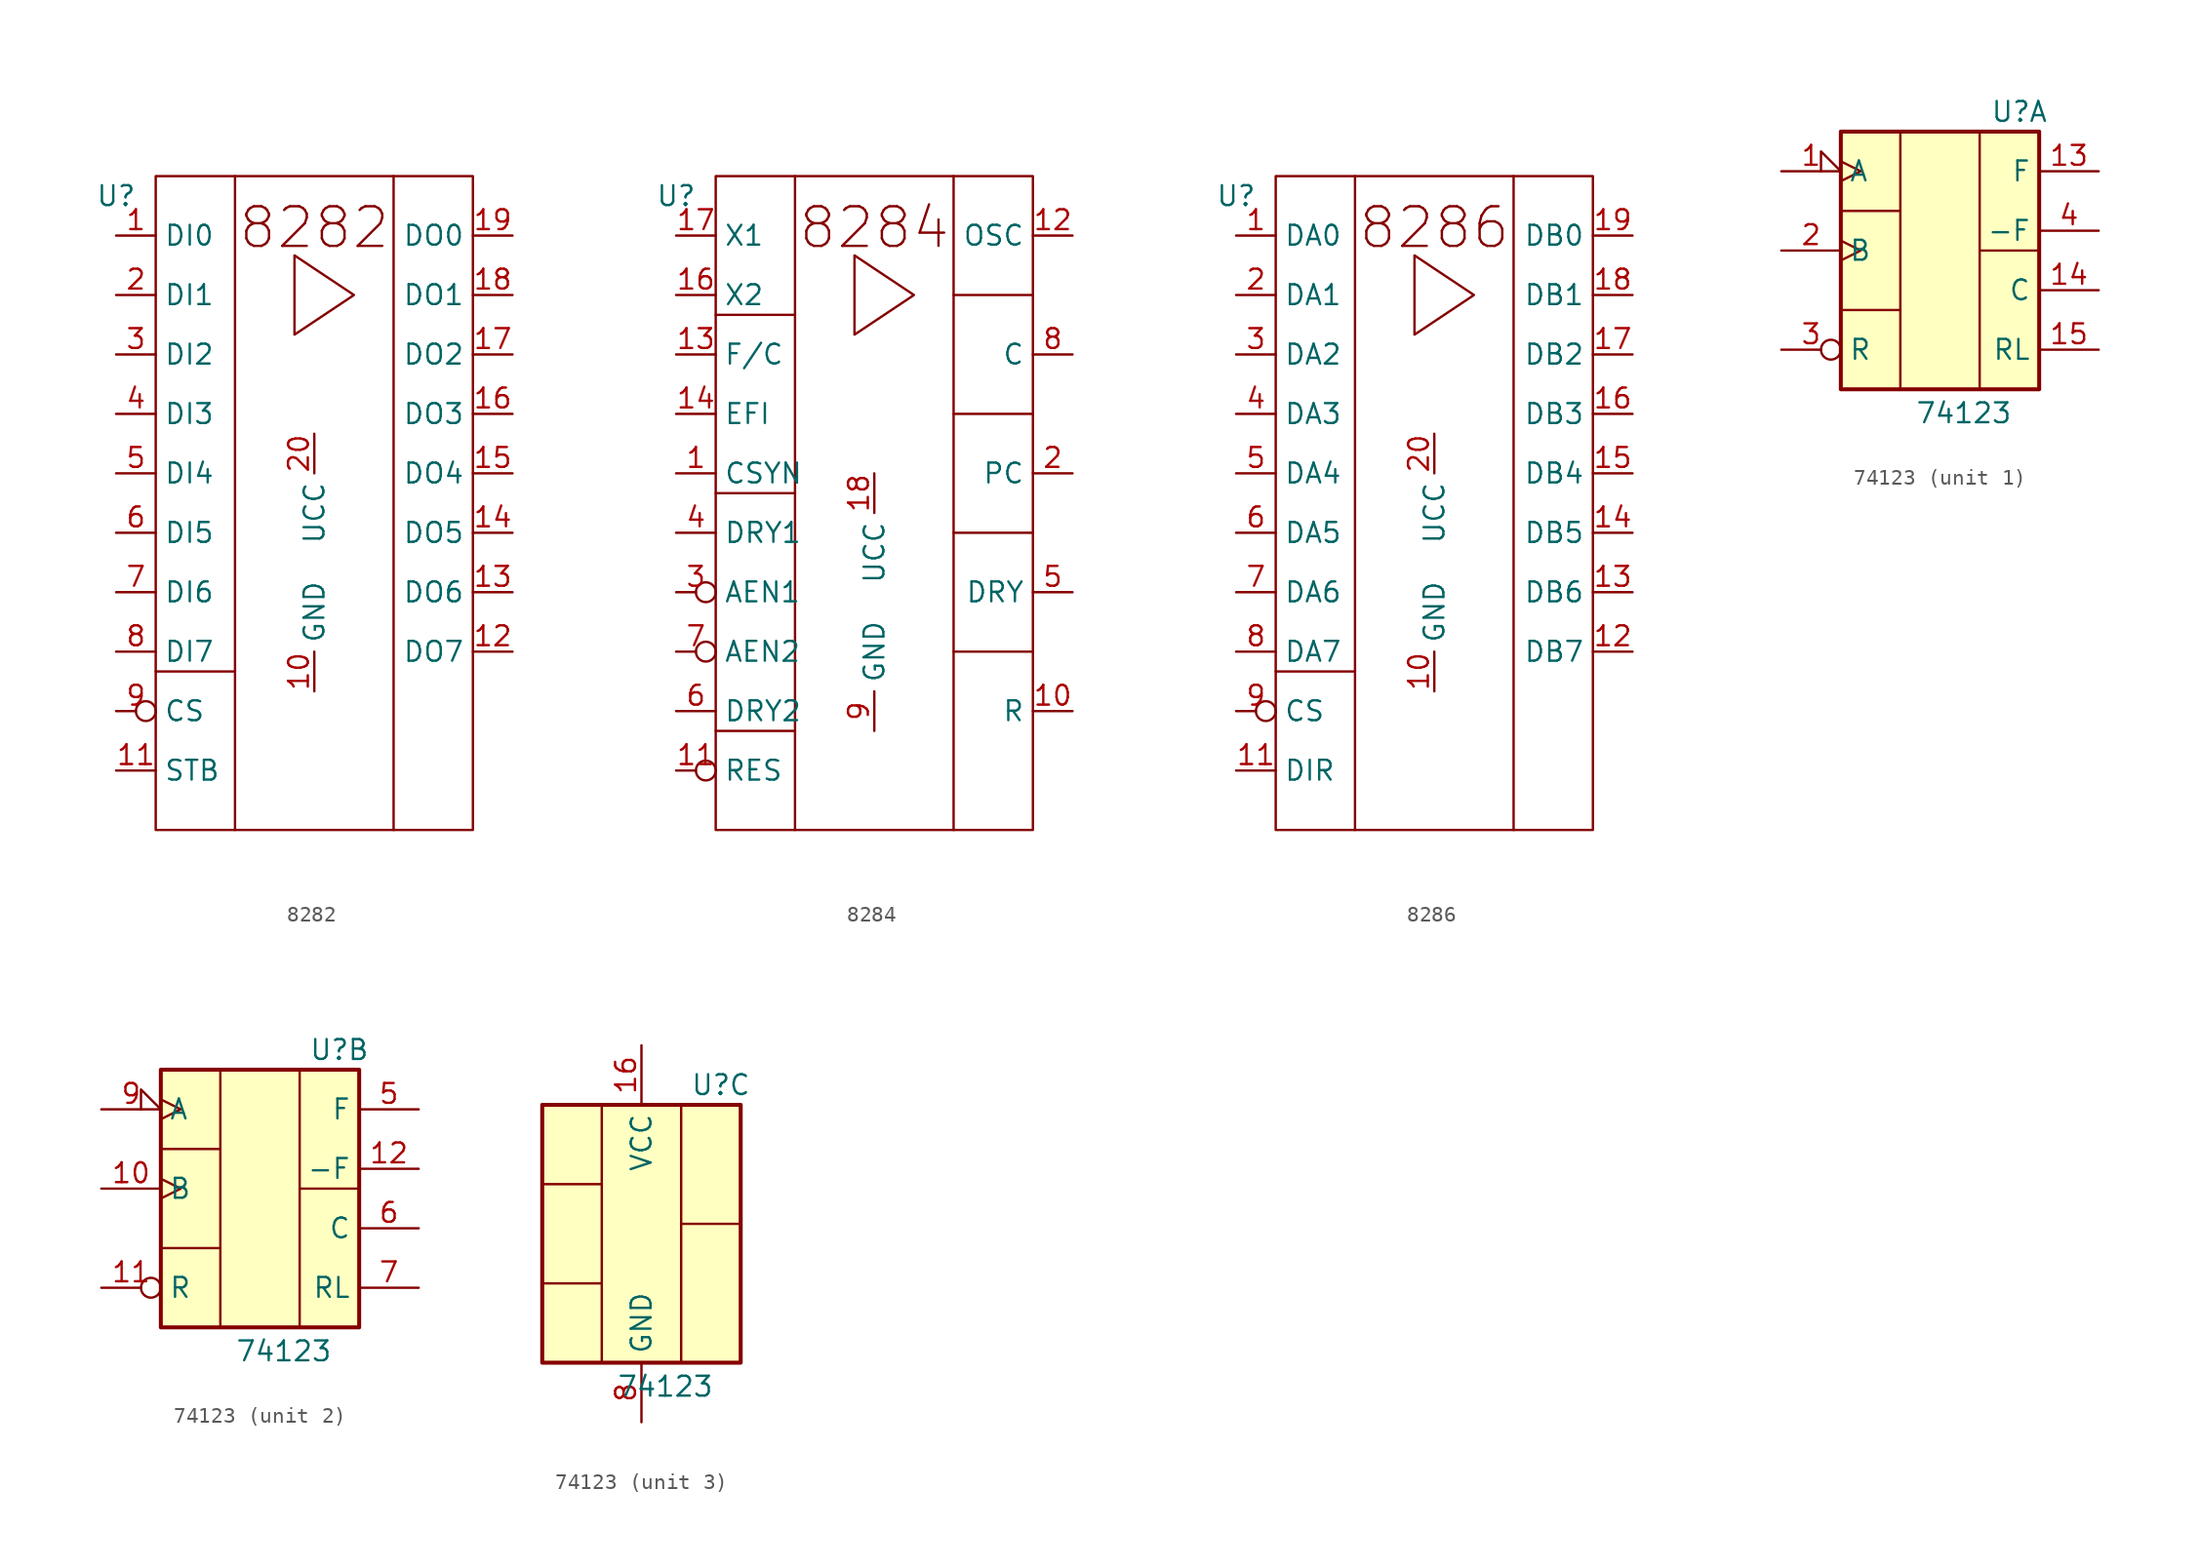
<source format=kicad_sym>
(kicad_symbol_lib
  (version 20231120)
  (generator "kicad_symbol_editor")
  (generator_version "8.0")
  (symbol "8282"
    (property "Reference" "U"
      (at 0 2.54 0)
      (effects (font (size 1.27 1.27))))
    (property "Value" ""
      (at 2.54 6.35 0)
      (effects (font (size 1.27 1.27))))
    (symbol "8282_0_1"
      (polyline (pts (xy 2.54 -27.94) (xy 7.62 -27.94)) (stroke (width 0) (type default)) (fill (type none)))
      (polyline (pts (xy 7.62 3.81) (xy 7.62 -38.1)) (stroke (width 0) (type default)) (fill (type none)))
      (polyline (pts (xy 17.78 3.81) (xy 17.78 -38.1)) (stroke (width 0) (type default)) (fill (type none)))
      (polyline (pts (xy 11.43 -1.27) (xy 15.24 -3.81) (xy 11.43 -6.35) (xy 11.43 -1.27)) (stroke (width 0) (type default)) (fill (type none)))
      (rectangle (start 2.54 3.81) (end 22.86 -38.1) (stroke (width 0) (type default)) (fill (type none))))
    (symbol "8282_1_1"
      (text "8282" (at 12.7 0.508 0) (effects (font (size 2.54 2.54))))
      (pin input line (at 0 0 0) (length 2.54) (name "DI0" (effects (font (size 1.27 1.27)))) (number "1" (effects (font (size 1.27 1.27)))))
      (pin power_in line (at 12.7 -29.21 90) (length 2.54) (name "GND" (effects (font (size 1.27 1.27)))) (number "10" (effects (font (size 1.27 1.27)))))
      (pin input line (at 0 -34.29 0) (length 2.54) (name "STB" (effects (font (size 1.27 1.27)))) (number "11" (effects (font (size 1.27 1.27)))))
      (pin tri_state line (at 25.4 -26.67 180) (length 2.54) (name "DO7" (effects (font (size 1.27 1.27)))) (number "12" (effects (font (size 1.27 1.27)))))
      (pin tri_state line (at 25.4 -22.86 180) (length 2.54) (name "DO6" (effects (font (size 1.27 1.27)))) (number "13" (effects (font (size 1.27 1.27)))))
      (pin tri_state line (at 25.4 -19.05 180) (length 2.54) (name "DO5" (effects (font (size 1.27 1.27)))) (number "14" (effects (font (size 1.27 1.27)))))
      (pin tri_state line (at 25.4 -15.24 180) (length 2.54) (name "DO4" (effects (font (size 1.27 1.27)))) (number "15" (effects (font (size 1.27 1.27)))))
      (pin tri_state line (at 25.4 -11.43 180) (length 2.54) (name "DO3" (effects (font (size 1.27 1.27)))) (number "16" (effects (font (size 1.27 1.27)))))
      (pin tri_state line (at 25.4 -7.62 180) (length 2.54) (name "DO2" (effects (font (size 1.27 1.27)))) (number "17" (effects (font (size 1.27 1.27)))))
      (pin tri_state line (at 25.4 -3.81 180) (length 2.54) (name "DO1" (effects (font (size 1.27 1.27)))) (number "18" (effects (font (size 1.27 1.27)))))
      (pin tri_state line (at 25.4 0 180) (length 2.54) (name "DO0" (effects (font (size 1.27 1.27)))) (number "19" (effects (font (size 1.27 1.27)))))
      (pin input line (at 0 -3.81 0) (length 2.54) (name "DI1" (effects (font (size 1.27 1.27)))) (number "2" (effects (font (size 1.27 1.27)))))
      (pin power_in line (at 12.7 -12.7 270) (length 2.54) (name "UCC" (effects (font (size 1.27 1.27)))) (number "20" (effects (font (size 1.27 1.27)))))
      (pin input line (at 0 -7.62 0) (length 2.54) (name "DI2" (effects (font (size 1.27 1.27)))) (number "3" (effects (font (size 1.27 1.27)))))
      (pin input line (at 0 -11.43 0) (length 2.54) (name "DI3" (effects (font (size 1.27 1.27)))) (number "4" (effects (font (size 1.27 1.27)))))
      (pin input line (at 0 -15.24 0) (length 2.54) (name "DI4" (effects (font (size 1.27 1.27)))) (number "5" (effects (font (size 1.27 1.27)))))
      (pin input line (at 0 -19.05 0) (length 2.54) (name "DI5" (effects (font (size 1.27 1.27)))) (number "6" (effects (font (size 1.27 1.27)))))
      (pin input line (at 0 -22.86 0) (length 2.54) (name "DI6" (effects (font (size 1.27 1.27)))) (number "7" (effects (font (size 1.27 1.27)))))
      (pin input line (at 0 -26.67 0) (length 2.54) (name "DI7" (effects (font (size 1.27 1.27)))) (number "8" (effects (font (size 1.27 1.27)))))
      (pin input inverted (at 0 -30.48 0) (length 2.54) (name "CS" (effects (font (size 1.27 1.27)))) (number "9" (effects (font (size 1.27 1.27)))))))
  (symbol "8284"
    (property "Reference" "U"
      (at 0 2.54 0)
      (effects (font (size 1.27 1.27))))
    (property "Value" ""
      (at 2.54 6.35 0)
      (effects (font (size 1.27 1.27))))
    (symbol "8284_0_1"
      (polyline (pts (xy 2.54 -31.75) (xy 7.62 -31.75)) (stroke (width 0) (type default)) (fill (type none)))
      (polyline (pts (xy 2.54 -16.51) (xy 7.62 -16.51)) (stroke (width 0) (type default)) (fill (type none)))
      (polyline (pts (xy 2.54 -5.08) (xy 7.62 -5.08)) (stroke (width 0) (type default)) (fill (type none)))
      (polyline (pts (xy 7.62 3.81) (xy 7.62 -38.1)) (stroke (width 0) (type default)) (fill (type none)))
      (polyline (pts (xy 17.78 -26.67) (xy 22.86 -26.67)) (stroke (width 0) (type default)) (fill (type none)))
      (polyline (pts (xy 17.78 -19.05) (xy 22.86 -19.05)) (stroke (width 0) (type default)) (fill (type none)))
      (polyline (pts (xy 17.78 -11.43) (xy 22.86 -11.43)) (stroke (width 0) (type default)) (fill (type none)))
      (polyline (pts (xy 17.78 -3.81) (xy 22.86 -3.81)) (stroke (width 0) (type default)) (fill (type none)))
      (polyline (pts (xy 17.78 3.81) (xy 17.78 -38.1)) (stroke (width 0) (type default)) (fill (type none)))
      (polyline (pts (xy 11.43 -1.27) (xy 15.24 -3.81) (xy 11.43 -6.35) (xy 11.43 -1.27)) (stroke (width 0) (type default)) (fill (type none)))
      (rectangle (start 2.54 3.81) (end 22.86 -38.1) (stroke (width 0) (type default)) (fill (type none))))
    (symbol "8284_1_1"
      (text "8284" (at 12.7 0.508 0) (effects (font (size 2.54 2.54))))
      (pin input line (at 0 -15.24 0) (length 2.54) (name "CSYN" (effects (font (size 1.27 1.27)))) (number "1" (effects (font (size 1.27 1.27)))))
      (pin output line (at 25.4 -30.48 180) (length 2.54) (name "R" (effects (font (size 1.27 1.27)))) (number "10" (effects (font (size 1.27 1.27)))))
      (pin input inverted (at 0 -34.29 0) (length 2.54) (name "RES" (effects (font (size 1.27 1.27)))) (number "11" (effects (font (size 1.27 1.27)))))
      (pin output line (at 25.4 0 180) (length 2.54) (name "OSC" (effects (font (size 1.27 1.27)))) (number "12" (effects (font (size 1.27 1.27)))))
      (pin input line (at 0 -7.62 0) (length 2.54) (name "F/C" (effects (font (size 1.27 1.27)))) (number "13" (effects (font (size 1.27 1.27)))))
      (pin input line (at 0 -11.43 0) (length 2.54) (name "EFI" (effects (font (size 1.27 1.27)))) (number "14" (effects (font (size 1.27 1.27)))))
      (pin input line (at 0 -3.81 0) (length 2.54) (name "X2" (effects (font (size 1.27 1.27)))) (number "16" (effects (font (size 1.27 1.27)))))
      (pin input line (at 0 0 0) (length 2.54) (name "X1" (effects (font (size 1.27 1.27)))) (number "17" (effects (font (size 1.27 1.27)))))
      (pin power_in line (at 12.7 -15.24 270) (length 2.54) (name "UCC" (effects (font (size 1.27 1.27)))) (number "18" (effects (font (size 1.27 1.27)))))
      (pin output line (at 25.4 -15.24 180) (length 2.54) (name "PC" (effects (font (size 1.27 1.27)))) (number "2" (effects (font (size 1.27 1.27)))))
      (pin input inverted (at 0 -22.86 0) (length 2.54) (name "AEN1" (effects (font (size 1.27 1.27)))) (number "3" (effects (font (size 1.27 1.27)))))
      (pin input line (at 0 -19.05 0) (length 2.54) (name "DRY1" (effects (font (size 1.27 1.27)))) (number "4" (effects (font (size 1.27 1.27)))))
      (pin output line (at 25.4 -22.86 180) (length 2.54) (name "DRY" (effects (font (size 1.27 1.27)))) (number "5" (effects (font (size 1.27 1.27)))))
      (pin input line (at 0 -30.48 0) (length 2.54) (name "DRY2" (effects (font (size 1.27 1.27)))) (number "6" (effects (font (size 1.27 1.27)))))
      (pin input inverted (at 0 -26.67 0) (length 2.54) (name "AEN2" (effects (font (size 1.27 1.27)))) (number "7" (effects (font (size 1.27 1.27)))))
      (pin output line (at 25.4 -7.62 180) (length 2.54) (name "C" (effects (font (size 1.27 1.27)))) (number "8" (effects (font (size 1.27 1.27)))))
      (pin power_in line (at 12.7 -31.75 90) (length 2.54) (name "GND" (effects (font (size 1.27 1.27)))) (number "9" (effects (font (size 1.27 1.27)))))))
  (symbol "8286"
    (property "Reference" "U"
      (at 0 2.54 0)
      (effects (font (size 1.27 1.27))))
    (property "Value" ""
      (at 2.54 6.35 0)
      (effects (font (size 1.27 1.27))))
    (symbol "8286_0_1"
      (polyline (pts (xy 2.54 -27.94) (xy 7.62 -27.94)) (stroke (width 0) (type default)) (fill (type none)))
      (polyline (pts (xy 7.62 3.81) (xy 7.62 -38.1)) (stroke (width 0) (type default)) (fill (type none)))
      (polyline (pts (xy 17.78 3.81) (xy 17.78 -38.1)) (stroke (width 0) (type default)) (fill (type none)))
      (polyline (pts (xy 11.43 -1.27) (xy 15.24 -3.81) (xy 11.43 -6.35) (xy 11.43 -1.27)) (stroke (width 0) (type default)) (fill (type none)))
      (rectangle (start 2.54 3.81) (end 22.86 -38.1) (stroke (width 0) (type default)) (fill (type none))))
    (symbol "8286_1_1"
      (text "8286" (at 12.7 0.508 0) (effects (font (size 2.54 2.54))))
      (pin bidirectional line (at 0 0 0) (length 2.54) (name "DA0" (effects (font (size 1.27 1.27)))) (number "1" (effects (font (size 1.27 1.27)))))
      (pin power_in line (at 12.7 -29.21 90) (length 2.54) (name "GND" (effects (font (size 1.27 1.27)))) (number "10" (effects (font (size 1.27 1.27)))))
      (pin input line (at 0 -34.29 0) (length 2.54) (name "DIR" (effects (font (size 1.27 1.27)))) (number "11" (effects (font (size 1.27 1.27)))))
      (pin bidirectional line (at 25.4 -26.67 180) (length 2.54) (name "DB7" (effects (font (size 1.27 1.27)))) (number "12" (effects (font (size 1.27 1.27)))))
      (pin bidirectional line (at 25.4 -22.86 180) (length 2.54) (name "DB6" (effects (font (size 1.27 1.27)))) (number "13" (effects (font (size 1.27 1.27)))))
      (pin bidirectional line (at 25.4 -19.05 180) (length 2.54) (name "DB5" (effects (font (size 1.27 1.27)))) (number "14" (effects (font (size 1.27 1.27)))))
      (pin bidirectional line (at 25.4 -15.24 180) (length 2.54) (name "DB4" (effects (font (size 1.27 1.27)))) (number "15" (effects (font (size 1.27 1.27)))))
      (pin bidirectional line (at 25.4 -11.43 180) (length 2.54) (name "DB3" (effects (font (size 1.27 1.27)))) (number "16" (effects (font (size 1.27 1.27)))))
      (pin bidirectional line (at 25.4 -7.62 180) (length 2.54) (name "DB2" (effects (font (size 1.27 1.27)))) (number "17" (effects (font (size 1.27 1.27)))))
      (pin bidirectional line (at 25.4 -3.81 180) (length 2.54) (name "DB1" (effects (font (size 1.27 1.27)))) (number "18" (effects (font (size 1.27 1.27)))))
      (pin bidirectional line (at 25.4 0 180) (length 2.54) (name "DB0" (effects (font (size 1.27 1.27)))) (number "19" (effects (font (size 1.27 1.27)))))
      (pin bidirectional line (at 0 -3.81 0) (length 2.54) (name "DA1" (effects (font (size 1.27 1.27)))) (number "2" (effects (font (size 1.27 1.27)))))
      (pin power_in line (at 12.7 -12.7 270) (length 2.54) (name "UCC" (effects (font (size 1.27 1.27)))) (number "20" (effects (font (size 1.27 1.27)))))
      (pin bidirectional line (at 0 -7.62 0) (length 2.54) (name "DA2" (effects (font (size 1.27 1.27)))) (number "3" (effects (font (size 1.27 1.27)))))
      (pin bidirectional line (at 0 -11.43 0) (length 2.54) (name "DA3" (effects (font (size 1.27 1.27)))) (number "4" (effects (font (size 1.27 1.27)))))
      (pin bidirectional line (at 0 -15.24 0) (length 2.54) (name "DA4" (effects (font (size 1.27 1.27)))) (number "5" (effects (font (size 1.27 1.27)))))
      (pin bidirectional line (at 0 -19.05 0) (length 2.54) (name "DA5" (effects (font (size 1.27 1.27)))) (number "6" (effects (font (size 1.27 1.27)))))
      (pin bidirectional line (at 0 -22.86 0) (length 2.54) (name "DA6" (effects (font (size 1.27 1.27)))) (number "7" (effects (font (size 1.27 1.27)))))
      (pin bidirectional line (at 0 -26.67 0) (length 2.54) (name "DA7" (effects (font (size 1.27 1.27)))) (number "8" (effects (font (size 1.27 1.27)))))
      (pin input inverted (at 0 -30.48 0) (length 2.54) (name "CS" (effects (font (size 1.27 1.27)))) (number "9" (effects (font (size 1.27 1.27)))))))
  (symbol "74123"
    (property "Reference" "U"
      (at 6.35 7.62 0)
      (effects (font (size 1.27 1.27))))
    (property "Value" "74123"
      (at 2.794 -11.684 0)
      (effects (font (size 1.27 1.27))))
    (property "ki_locked" ""
      (at 0 0 0)
      (effects (font (size 1.27 1.27))))
    (symbol "74123_0_1"
      (rectangle (start -5.08 6.35) (end 7.62 -10.16) (stroke (width 0.254) (type default)) (fill (type background)))
      (polyline (pts (xy -1.27 -5.08) (xy -5.08 -5.08)) (stroke (width 0) (type default)) (fill (type none)))
      (polyline (pts (xy -1.27 1.27) (xy -5.08 1.27)) (stroke (width 0) (type default)) (fill (type none)))
      (polyline (pts (xy -1.27 6.35) (xy -1.27 -10.16)) (stroke (width 0) (type default)) (fill (type none)))
      (polyline (pts (xy 3.81 6.35) (xy 3.81 -10.16)) (stroke (width 0) (type default)) (fill (type none)))
      (polyline (pts (xy 7.62 -1.27) (xy 3.81 -1.27)) (stroke (width 0) (type default)) (fill (type none))))
    (symbol "74123_1_1"
      (pin input clock_low (at -8.89 3.81 0) (length 3.81) (name "A" (effects (font (size 1.27 1.27)))) (number "1" (effects (font (size 1.27 1.27)))))
      (pin output line (at 11.43 3.81 180) (length 3.81) (name "F" (effects (font (size 1.27 1.27)))) (number "13" (effects (font (size 1.27 1.27)))))
      (pin input line (at 11.43 -3.81 180) (length 3.81) (name "C" (effects (font (size 1.27 1.27)))) (number "14" (effects (font (size 1.27 1.27)))))
      (pin bidirectional line (at 11.43 -7.62 180) (length 3.81) (name "RL" (effects (font (size 1.27 1.27)))) (number "15" (effects (font (size 1.27 1.27)))))
      (pin input clock (at -8.89 -1.27 0) (length 3.81) (name "B" (effects (font (size 1.27 1.27)))) (number "2" (effects (font (size 1.27 1.27)))))
      (pin input inverted (at -8.89 -7.62 0) (length 3.81) (name "R" (effects (font (size 1.27 1.27)))) (number "3" (effects (font (size 1.27 1.27)))))
      (pin output line (at 11.43 0 180) (length 3.81) (name "-F" (effects (font (size 1.27 1.27)))) (number "4" (effects (font (size 1.27 1.27))))))
    (symbol "74123_2_1"
      (pin input clock (at -8.89 -1.27 0) (length 3.81) (name "B" (effects (font (size 1.27 1.27)))) (number "10" (effects (font (size 1.27 1.27)))))
      (pin input inverted (at -8.89 -7.62 0) (length 3.81) (name "R" (effects (font (size 1.27 1.27)))) (number "11" (effects (font (size 1.27 1.27)))))
      (pin output line (at 11.43 0 180) (length 3.81) (name "-F" (effects (font (size 1.27 1.27)))) (number "12" (effects (font (size 1.27 1.27)))))
      (pin output line (at 11.43 3.81 180) (length 3.81) (name "F" (effects (font (size 1.27 1.27)))) (number "5" (effects (font (size 1.27 1.27)))))
      (pin input line (at 11.43 -3.81 180) (length 3.81) (name "C" (effects (font (size 1.27 1.27)))) (number "6" (effects (font (size 1.27 1.27)))))
      (pin bidirectional line (at 11.43 -7.62 180) (length 3.81) (name "RL" (effects (font (size 1.27 1.27)))) (number "7" (effects (font (size 1.27 1.27)))))
      (pin input clock_low (at -8.89 3.81 0) (length 3.81) (name "A" (effects (font (size 1.27 1.27)))) (number "9" (effects (font (size 1.27 1.27))))))
    (symbol "74123_3_1"
      (pin power_in line (at 1.27 10.16 270) (length 3.81) (name "VCC" (effects (font (size 1.27 1.27)))) (number "16" (effects (font (size 1.27 1.27)))))
      (pin power_in line (at 1.27 -13.97 90) (length 3.81) (name "GND" (effects (font (size 1.27 1.27)))) (number "8" (effects (font (size 1.27 1.27))))))))
</source>
